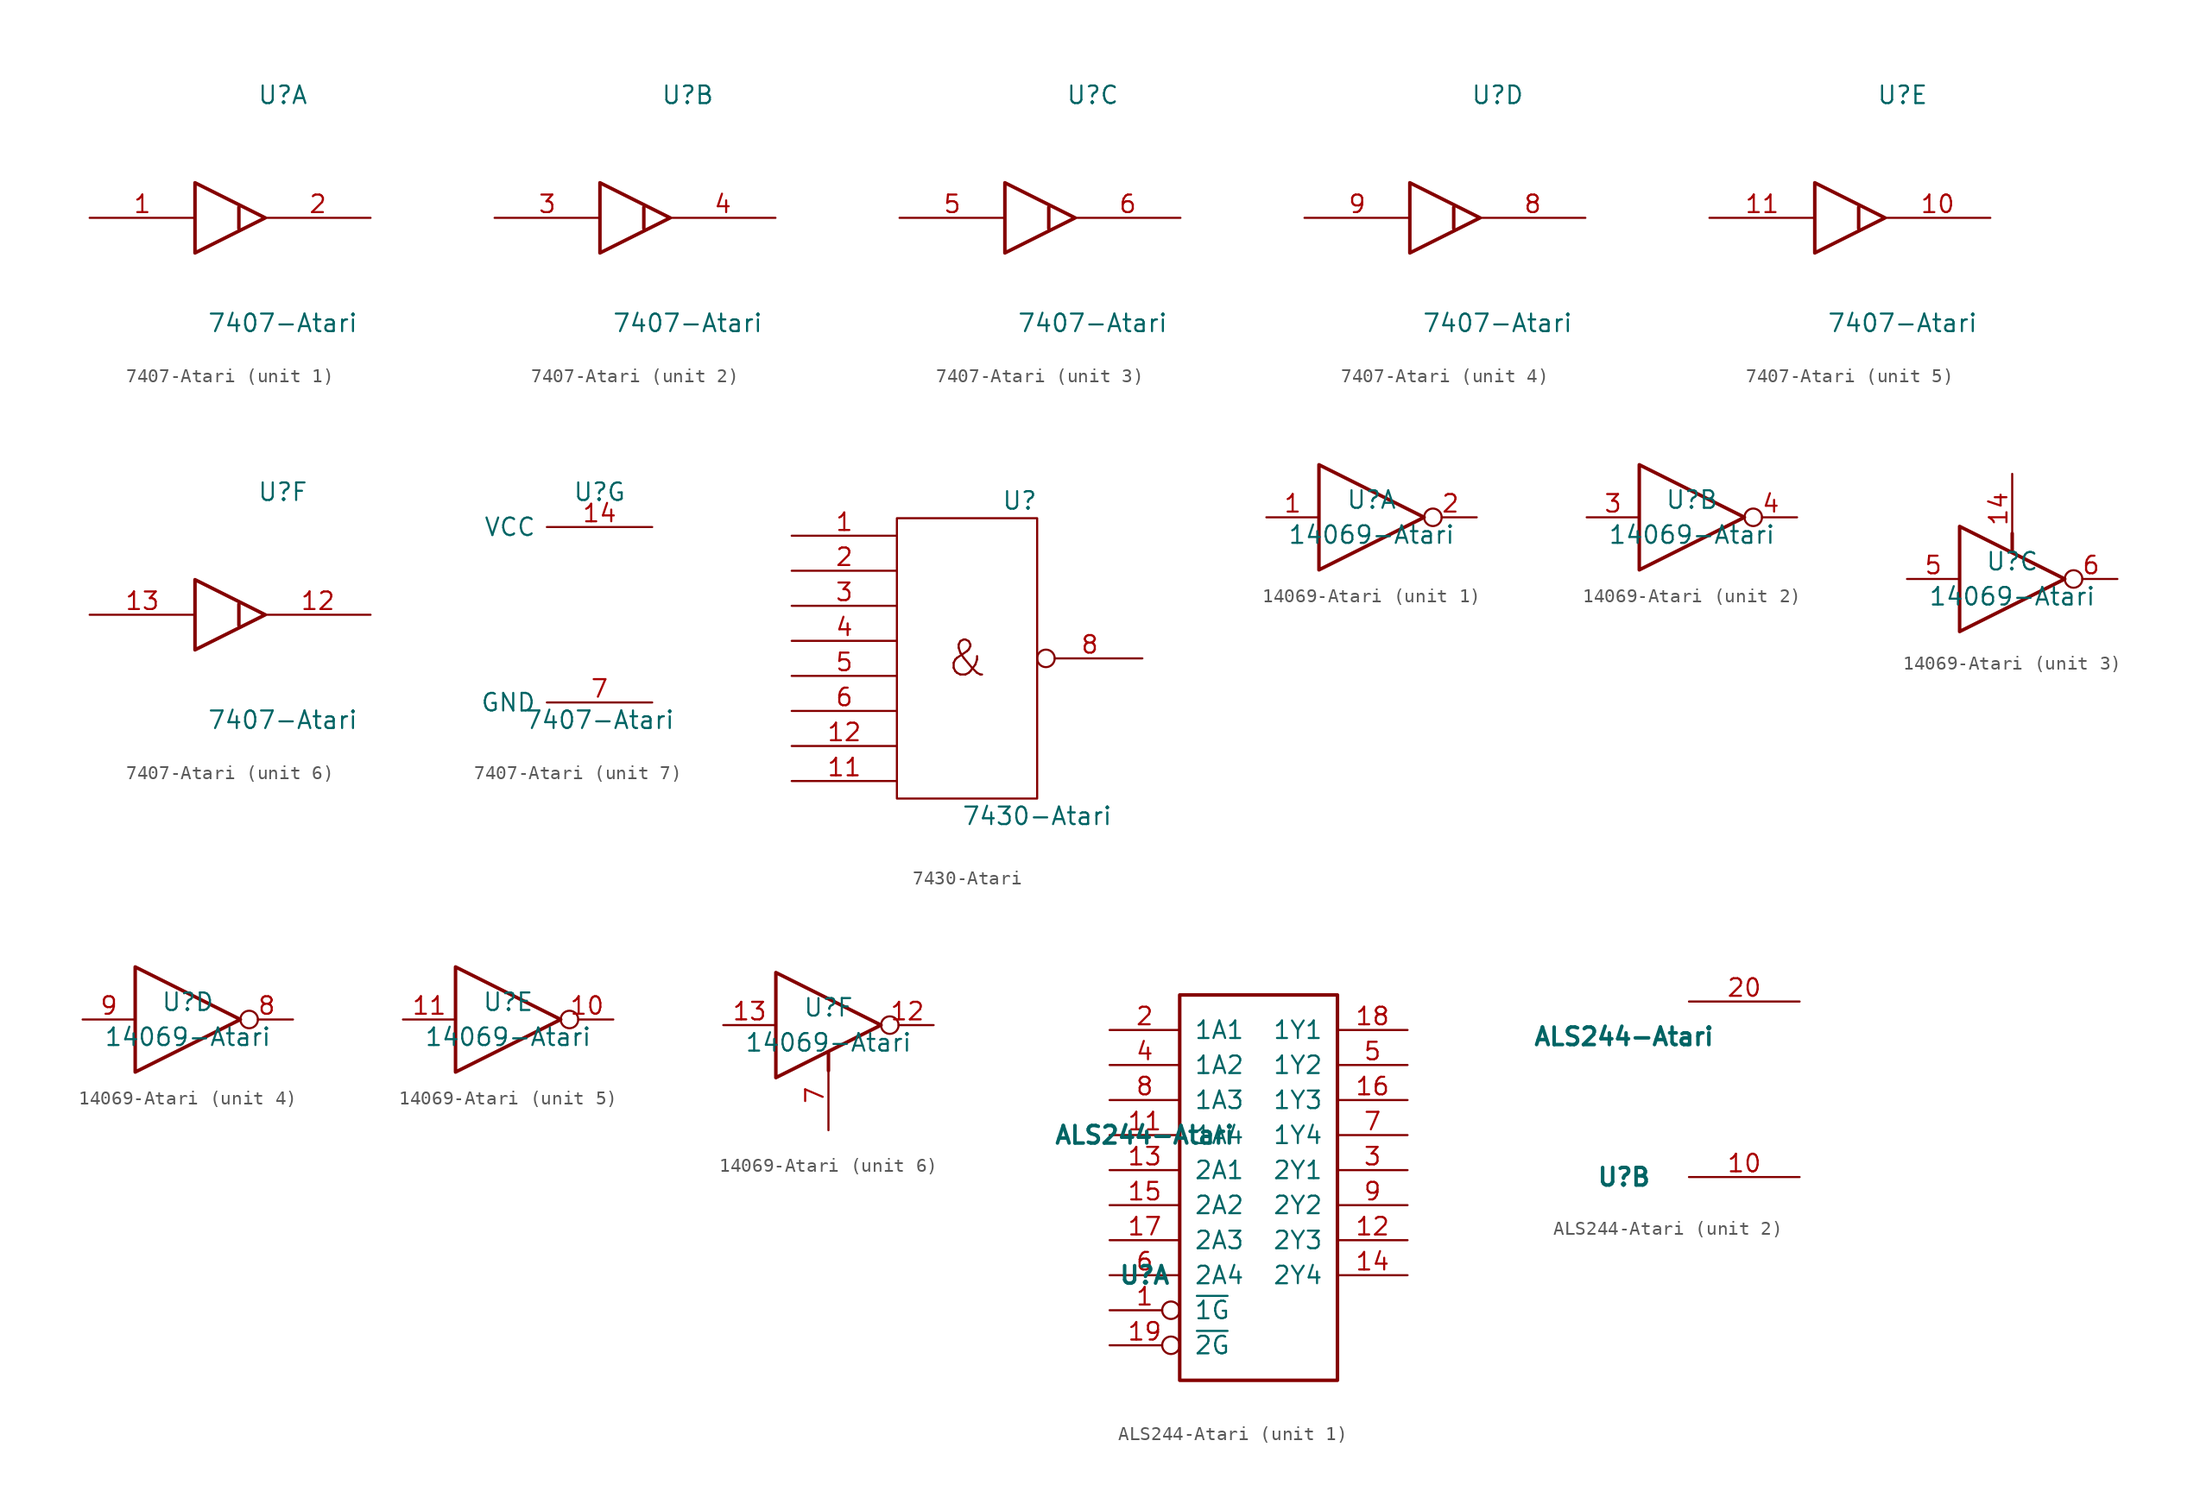
<source format=kicad_sym>
(kicad_symbol_lib
  (version 20231120)
  (generator "kicad_symbol_editor")
  (generator_version "8.0")
  (symbol "7407-Atari"
    (pin_names
      (offset 0.762))
    (property "Reference" "U"
      (at 3.81 8.89 0)
      (effects (font (size 1.27 1.27))))
    (property "Value" "7407-Atari"
      (at 3.81 -7.62 0)
      (effects (font (size 1.27 1.27))))
    (symbol "7407-Atari_1_1"
      (polyline (pts (xy 0.635 0.762) (xy 0.635 -0.635) (xy 0.635 -0.762)) (stroke (width 0.254) (type solid)) (fill (type none)))
      (polyline (pts (xy -2.54 2.54) (xy 2.54 0) (xy -2.54 -2.54) (xy -2.54 2.54)) (stroke (width 0.254) (type solid)) (fill (type none)))
      (pin input line (at -10.16 0 0) (length 7.62) (name "~" (effects (font (size 1.27 1.27)))) (number "1" (effects (font (size 1.27 1.27)))))
      (pin open_collector line (at 10.16 0 180) (length 7.62) (name "~" (effects (font (size 1.27 1.27)))) (number "2" (effects (font (size 1.27 1.27))))))
    (symbol "7407-Atari_2_1"
      (polyline (pts (xy 0.635 0.762) (xy 0.635 -0.635) (xy 0.635 -0.762)) (stroke (width 0.254) (type solid)) (fill (type none)))
      (polyline (pts (xy -2.54 2.54) (xy 2.54 0) (xy -2.54 -2.54) (xy -2.54 2.54)) (stroke (width 0.254) (type solid)) (fill (type none)))
      (pin input line (at -10.16 0 0) (length 7.62) (name "~" (effects (font (size 1.27 1.27)))) (number "3" (effects (font (size 1.27 1.27)))))
      (pin open_collector line (at 10.16 0 180) (length 7.62) (name "~" (effects (font (size 1.27 1.27)))) (number "4" (effects (font (size 1.27 1.27))))))
    (symbol "7407-Atari_3_1"
      (polyline (pts (xy 0.635 0.762) (xy 0.635 -0.635) (xy 0.635 -0.762)) (stroke (width 0.254) (type solid)) (fill (type none)))
      (polyline (pts (xy -2.54 2.54) (xy 2.54 0) (xy -2.54 -2.54) (xy -2.54 2.54)) (stroke (width 0.254) (type solid)) (fill (type none)))
      (pin input line (at -10.16 0 0) (length 7.62) (name "~" (effects (font (size 1.27 1.27)))) (number "5" (effects (font (size 1.27 1.27)))))
      (pin open_collector line (at 10.16 0 180) (length 7.62) (name "~" (effects (font (size 1.27 1.27)))) (number "6" (effects (font (size 1.27 1.27))))))
    (symbol "7407-Atari_4_1"
      (polyline (pts (xy 0.635 0.762) (xy 0.635 -0.635) (xy 0.635 -0.762)) (stroke (width 0.254) (type solid)) (fill (type none)))
      (polyline (pts (xy -2.54 2.54) (xy 2.54 0) (xy -2.54 -2.54) (xy -2.54 2.54)) (stroke (width 0.254) (type solid)) (fill (type none)))
      (pin open_collector line (at 10.16 0 180) (length 7.62) (name "~" (effects (font (size 1.27 1.27)))) (number "8" (effects (font (size 1.27 1.27)))))
      (pin input line (at -10.16 0 0) (length 7.62) (name "~" (effects (font (size 1.27 1.27)))) (number "9" (effects (font (size 1.27 1.27))))))
    (symbol "7407-Atari_5_1"
      (polyline (pts (xy 0.635 0.762) (xy 0.635 -0.635) (xy 0.635 -0.762)) (stroke (width 0.254) (type solid)) (fill (type none)))
      (polyline (pts (xy -2.54 2.54) (xy 2.54 0) (xy -2.54 -2.54) (xy -2.54 2.54)) (stroke (width 0.254) (type solid)) (fill (type none)))
      (pin open_collector line (at 10.16 0 180) (length 7.62) (name "~" (effects (font (size 1.27 1.27)))) (number "10" (effects (font (size 1.27 1.27)))))
      (pin input line (at -10.16 0 0) (length 7.62) (name "~" (effects (font (size 1.27 1.27)))) (number "11" (effects (font (size 1.27 1.27))))))
    (symbol "7407-Atari_6_1"
      (polyline (pts (xy 0.635 0.762) (xy 0.635 -0.635) (xy 0.635 -0.762)) (stroke (width 0.254) (type solid)) (fill (type none)))
      (polyline (pts (xy -2.54 2.54) (xy 2.54 0) (xy -2.54 -2.54) (xy -2.54 2.54)) (stroke (width 0.254) (type solid)) (fill (type none)))
      (pin open_collector line (at 10.16 0 180) (length 7.62) (name "~" (effects (font (size 1.27 1.27)))) (number "12" (effects (font (size 1.27 1.27)))))
      (pin input line (at -10.16 0 0) (length 7.62) (name "~" (effects (font (size 1.27 1.27)))) (number "13" (effects (font (size 1.27 1.27))))))
    (symbol "7407-Atari_7_1"
      (pin power_in line (at 7.62 6.35 180) (length 7.62) (name "VCC" (effects (font (size 1.27 1.27)))) (number "14" (effects (font (size 1.27 1.27)))))
      (pin power_in line (at 7.62 -6.35 180) (length 7.62) (name "GND" (effects (font (size 1.27 1.27)))) (number "7" (effects (font (size 1.27 1.27)))))))
  (symbol "7430-Atari"
    (pin_names
      (offset 0.762))
    (property "Reference" "U"
      (at 3.81 11.43 0)
      (effects (font (size 1.27 1.27))))
    (property "Value" "7430-Atari"
      (at 5.08 -11.43 0)
      (effects (font (size 1.27 1.27))))
    (symbol "7430-Atari_0_0"
      (text "&" (at 0 0 0) (effects (font (size 2.54 2.54)))))
    (symbol "7430-Atari_0_1"
      (rectangle (start -5.08 10.16) (end 5.08 -10.16) (stroke (width 0) (type solid)) (fill (type none)))
      (pin power_in line (at 0 10.16 270) (length 0) hide (name "Vcc" (effects (font (size 1.27 1.27)))) (number "14" (effects (font (size 1.27 1.27)))))
      (pin power_in line (at 0 -10.16 90) (length 0) hide (name "Gnd" (effects (font (size 1.27 1.27)))) (number "7" (effects (font (size 1.27 1.27))))))
    (symbol "7430-Atari_1_1"
      (pin input line (at -12.7 8.89 0) (length 7.62) (name "~" (effects (font (size 1.27 1.27)))) (number "1" (effects (font (size 1.27 1.27)))))
      (pin input line (at -12.7 -8.89 0) (length 7.62) (name "~" (effects (font (size 1.27 1.27)))) (number "11" (effects (font (size 1.27 1.27)))))
      (pin input line (at -12.7 -6.35 0) (length 7.62) (name "~" (effects (font (size 1.27 1.27)))) (number "12" (effects (font (size 1.27 1.27)))))
      (pin input line (at -12.7 6.35 0) (length 7.62) (name "~" (effects (font (size 1.27 1.27)))) (number "2" (effects (font (size 1.27 1.27)))))
      (pin input line (at -12.7 3.81 0) (length 7.62) (name "~" (effects (font (size 1.27 1.27)))) (number "3" (effects (font (size 1.27 1.27)))))
      (pin input line (at -12.7 1.27 0) (length 7.62) (name "~" (effects (font (size 1.27 1.27)))) (number "4" (effects (font (size 1.27 1.27)))))
      (pin input line (at -12.7 -1.27 0) (length 7.62) (name "~" (effects (font (size 1.27 1.27)))) (number "5" (effects (font (size 1.27 1.27)))))
      (pin input line (at -12.7 -3.81 0) (length 7.62) (name "~" (effects (font (size 1.27 1.27)))) (number "6" (effects (font (size 1.27 1.27)))))
      (pin output inverted (at 12.7 0 180) (length 7.62) (name "~" (effects (font (size 1.27 1.27)))) (number "8" (effects (font (size 1.27 1.27)))))))
  (symbol "14069-Atari"
    (pin_names
      (offset 1.016))
    (property "Reference" "U"
      (at 0 1.27 0)
      (effects (font (size 1.27 1.27))))
    (property "Value" "14069-Atari"
      (at 0 -1.27 0)
      (effects (font (size 1.27 1.27))))
    (property "ki_locked" ""
      (at 0 0 0)
      (effects (font (size 1.27 1.27))))
    (symbol "14069-Atari_1_0"
      (polyline (pts (xy -3.81 3.81) (xy -3.81 -3.81) (xy 3.81 0) (xy -3.81 3.81)) (stroke (width 0.254) (type solid)) (fill (type none)))
      (pin input line (at -7.62 0 0) (length 3.81) (name "~" (effects (font (size 1.27 1.27)))) (number "1" (effects (font (size 1.27 1.27)))))
      (pin output inverted (at 7.62 0 180) (length 3.81) (name "~" (effects (font (size 1.27 1.27)))) (number "2" (effects (font (size 1.27 1.27))))))
    (symbol "14069-Atari_2_0"
      (polyline (pts (xy -3.81 3.81) (xy -3.81 -3.81) (xy 3.81 0) (xy -3.81 3.81)) (stroke (width 0.254) (type solid)) (fill (type none)))
      (pin input line (at -7.62 0 0) (length 3.81) (name "~" (effects (font (size 1.27 1.27)))) (number "3" (effects (font (size 1.27 1.27)))))
      (pin output inverted (at 7.62 0 180) (length 3.81) (name "~" (effects (font (size 1.27 1.27)))) (number "4" (effects (font (size 1.27 1.27))))))
    (symbol "14069-Atari_3_0"
      (polyline (pts (xy 0 3.302) (xy 0 2.032)) (stroke (width 0.254) (type solid)) (fill (type none)))
      (polyline (pts (xy -3.81 3.81) (xy -3.81 -3.81) (xy 3.81 0) (xy -3.81 3.81)) (stroke (width 0.254) (type solid)) (fill (type none)))
      (pin power_in line (at 0 7.62 270) (length 5.08) (name "VCC" (effects (font (size 0 0)))) (number "14" (effects (font (size 1.27 1.27)))))
      (pin input line (at -7.62 0 0) (length 3.81) (name "~" (effects (font (size 1.27 1.27)))) (number "5" (effects (font (size 1.27 1.27)))))
      (pin output inverted (at 7.62 0 180) (length 3.81) (name "~" (effects (font (size 1.27 1.27)))) (number "6" (effects (font (size 1.27 1.27))))))
    (symbol "14069-Atari_4_0"
      (polyline (pts (xy -3.81 3.81) (xy -3.81 -3.81) (xy 3.81 0) (xy -3.81 3.81)) (stroke (width 0.254) (type solid)) (fill (type none)))
      (pin output inverted (at 7.62 0 180) (length 3.81) (name "~" (effects (font (size 1.27 1.27)))) (number "8" (effects (font (size 1.27 1.27)))))
      (pin input line (at -7.62 0 0) (length 3.81) (name "~" (effects (font (size 1.27 1.27)))) (number "9" (effects (font (size 1.27 1.27))))))
    (symbol "14069-Atari_5_0"
      (polyline (pts (xy -3.81 3.81) (xy -3.81 -3.81) (xy 3.81 0) (xy -3.81 3.81)) (stroke (width 0.254) (type solid)) (fill (type none)))
      (pin output inverted (at 7.62 0 180) (length 3.81) (name "~" (effects (font (size 1.27 1.27)))) (number "10" (effects (font (size 1.27 1.27)))))
      (pin input line (at -7.62 0 0) (length 3.81) (name "~" (effects (font (size 1.27 1.27)))) (number "11" (effects (font (size 1.27 1.27))))))
    (symbol "14069-Atari_6_0"
      (polyline (pts (xy 0 -3.302) (xy 0 -2.032)) (stroke (width 0.254) (type solid)) (fill (type none)))
      (polyline (pts (xy -3.81 3.81) (xy -3.81 -3.81) (xy 3.81 0) (xy -3.81 3.81)) (stroke (width 0.254) (type solid)) (fill (type none)))
      (pin output inverted (at 7.62 0 180) (length 3.81) (name "~" (effects (font (size 1.27 1.27)))) (number "12" (effects (font (size 1.27 1.27)))))
      (pin input line (at -7.62 0 0) (length 3.81) (name "~" (effects (font (size 1.27 1.27)))) (number "13" (effects (font (size 1.27 1.27)))))
      (pin power_in line (at 0 -7.62 90) (length 5.08) (name "GND" (effects (font (size 0 0)))) (number "7" (effects (font (size 1.27 1.27)))))))
  (symbol "ALS244-Atari"
    (pin_names
      (offset 1.016))
    (property "Reference" "U"
      (at -8.89 -6.35 0)
      (effects (font (size 1.27 1.27) (bold yes))))
    (property "Value" "ALS244-Atari"
      (at -8.89 3.81 0)
      (effects (font (size 1.27 1.27) (bold yes))))
    (symbol "ALS244-Atari_1_0"
      (pin input inverted (at -11.43 -8.89 0) (length 5.08) (name "~{1G}" (effects (font (size 1.27 1.27)))) (number "1" (effects (font (size 1.27 1.27)))))
      (pin input line (at -11.43 3.81 0) (length 5.08) (name "1A4" (effects (font (size 1.27 1.27)))) (number "11" (effects (font (size 1.27 1.27)))))
      (pin output line (at 10.16 -3.81 180) (length 5.08) (name "2Y3" (effects (font (size 1.27 1.27)))) (number "12" (effects (font (size 1.27 1.27)))))
      (pin input line (at -11.43 1.27 0) (length 5.08) (name "2A1" (effects (font (size 1.27 1.27)))) (number "13" (effects (font (size 1.27 1.27)))))
      (pin output line (at 10.16 -6.35 180) (length 5.08) (name "2Y4" (effects (font (size 1.27 1.27)))) (number "14" (effects (font (size 1.27 1.27)))))
      (pin input line (at -11.43 -1.27 0) (length 5.08) (name "2A2" (effects (font (size 1.27 1.27)))) (number "15" (effects (font (size 1.27 1.27)))))
      (pin output line (at 10.16 6.35 180) (length 5.08) (name "1Y3" (effects (font (size 1.27 1.27)))) (number "16" (effects (font (size 1.27 1.27)))))
      (pin input line (at -11.43 -3.81 0) (length 5.08) (name "2A3" (effects (font (size 1.27 1.27)))) (number "17" (effects (font (size 1.27 1.27)))))
      (pin output line (at 10.16 11.43 180) (length 5.08) (name "1Y1" (effects (font (size 1.27 1.27)))) (number "18" (effects (font (size 1.27 1.27)))))
      (pin input inverted (at -11.43 -11.43 0) (length 5.08) (name "~{2G}" (effects (font (size 1.27 1.27)))) (number "19" (effects (font (size 1.27 1.27)))))
      (pin input line (at -11.43 11.43 0) (length 5.08) (name "1A1" (effects (font (size 1.27 1.27)))) (number "2" (effects (font (size 1.27 1.27)))))
      (pin output line (at 10.16 1.27 180) (length 5.08) (name "2Y1" (effects (font (size 1.27 1.27)))) (number "3" (effects (font (size 1.27 1.27)))))
      (pin input line (at -11.43 8.89 0) (length 5.08) (name "1A2" (effects (font (size 1.27 1.27)))) (number "4" (effects (font (size 1.27 1.27)))))
      (pin output line (at 10.16 8.89 180) (length 5.08) (name "1Y2" (effects (font (size 1.27 1.27)))) (number "5" (effects (font (size 1.27 1.27)))))
      (pin input line (at -11.43 -6.35 0) (length 5.08) (name "2A4" (effects (font (size 1.27 1.27)))) (number "6" (effects (font (size 1.27 1.27)))))
      (pin output line (at 10.16 3.81 180) (length 5.08) (name "1Y4" (effects (font (size 1.27 1.27)))) (number "7" (effects (font (size 1.27 1.27)))))
      (pin input line (at -11.43 6.35 0) (length 5.08) (name "1A3" (effects (font (size 1.27 1.27)))) (number "8" (effects (font (size 1.27 1.27)))))
      (pin output line (at 10.16 -1.27 180) (length 5.08) (name "2Y2" (effects (font (size 1.27 1.27)))) (number "9" (effects (font (size 1.27 1.27))))))
    (symbol "ALS244-Atari_1_1"
      (rectangle (start -6.35 13.97) (end 5.08 -13.97) (stroke (width 0.254) (type solid)) (fill (type none))))
    (symbol "ALS244-Atari_2_0"
      (pin power_in line (at 3.81 -6.35 180) (length 8.001) (name "GND" (effects (font (size 0 0)))) (number "10" (effects (font (size 1.27 1.27)))))
      (pin power_in line (at 3.81 6.35 180) (length 8.001) (name "VCC" (effects (font (size 0 0)))) (number "20" (effects (font (size 1.27 1.27))))))))
</source>
